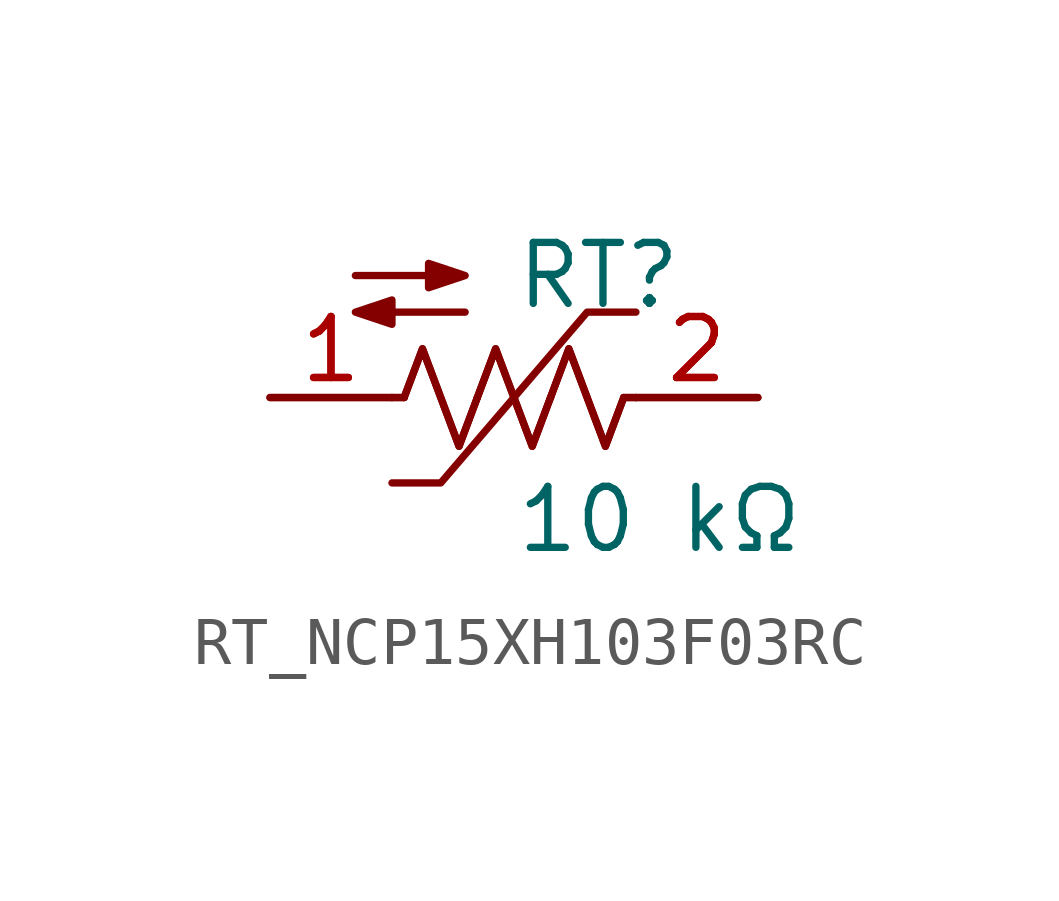
<source format=kicad_sym>
(kicad_symbol_lib
  (version 20231120)
  (generator kicad_symbol_editor)
  (generator_version 8.0)
  (symbol "RT_NCP15XH103F03RC"
    (pin_names
      (offset 0.254))
    (property "Reference" "RT"
      (at 0 2.54 0)
      (effects (font (size 1.27 1.27)) (justify left)))
    (property "Value" "10 kΩ"
      (at 0 -2.54 0)
      (effects (font (size 1.27 1.27)) (justify left)))
    (symbol "RT_NCP15XH103F03RC_0_1"
      (polyline (pts (xy -2.286 0) (xy -2.54 0)) (stroke (width 0) (type default)) (fill (type none)))
      (polyline (pts (xy 2.286 0) (xy 2.54 0)) (stroke (width 0) (type default)) (fill (type none)))
      (polyline (pts (xy 2.54 1.778) (xy 1.524 1.778) (xy -1.524 -1.778) (xy -2.54 -1.778)) (stroke (width 0) (type default)) (fill (type none)))
      (polyline (pts (xy -2.286 0) (xy -1.905 1.016) (xy -1.524 0) (xy -1.143 -1.016) (xy -0.762 0)) (stroke (width 0) (type default)) (fill (type none)))
      (polyline (pts (xy -0.762 0) (xy -0.381 1.016) (xy 0 0) (xy 0.381 -1.016) (xy 0.762 0)) (stroke (width 0) (type default)) (fill (type none)))
      (polyline (pts (xy 0.762 0) (xy 1.143 1.016) (xy 1.524 0) (xy 1.905 -1.016) (xy 2.286 0)) (stroke (width 0) (type default)) (fill (type none)))
      (polyline (pts (xy -3.302 2.54) (xy -1.016 2.54) (xy -1.778 2.794) (xy -1.778 2.286) (xy -1.016 2.54) (xy -1.27 2.54)) (stroke (width 0) (type default)) (fill (type outline)))
      (polyline (pts (xy -1.016 1.778) (xy -3.302 1.778) (xy -2.54 2.032) (xy -2.54 1.524) (xy -3.302 1.778) (xy -3.048 1.778)) (stroke (width 0) (type default)) (fill (type outline))))
    (pin passive line
      (at -5.08 0 0)
      (length 2.54)
      (name "" (effects (font (size 1.27 1.27))))
      (number "1" (effects (font (size 1.27 1.27)))))
    (pin passive line
      (at 5.08 0 180)
      (length 2.54)
      (name "" (effects (font (size 1.27 1.27))))
      (number "2" (effects (font (size 1.27 1.27)))))
    (symbol "RT_NCP15XH103F03RC_0_1"
      (polyline (pts (xy 2.286 0) (xy 2.54 0)) (stroke (width 0) (type default)) (fill (type none)))
      (polyline (pts (xy -2.286 0) (xy -2.54 0)) (stroke (width 0) (type default)) (fill (type none)))
      (polyline (pts (xy 0.762 0) (xy 1.143 1.016) (xy 1.524 0) (xy 1.905 -1.016) (xy 2.286 0)) (stroke (width 0) (type default)) (fill (type none)))
      (polyline (pts (xy -0.762 0) (xy -0.381 1.016) (xy 0 0) (xy 0.381 -1.016) (xy 0.762 0)) (stroke (width 0) (type default)) (fill (type none)))
      (polyline (pts (xy -2.286 0) (xy -1.905 1.016) (xy -1.524 0) (xy -1.143 -1.016) (xy -0.762 0)) (stroke (width 0) (type default)) (fill (type none))))
    (pin passive line
      (at -5.08 0 0)
      (length 2.54)
      (name "" (effects (font (size 1.27 1.27))))
      (number "1" (effects (font (size 1.27 1.27)))))
    (pin passive line
      (at 5.08 0 180)
      (length 2.54)
      (name "" (effects (font (size 1.27 1.27))))
      (number "2" (effects (font (size 1.27 1.27)))))))
</source>
